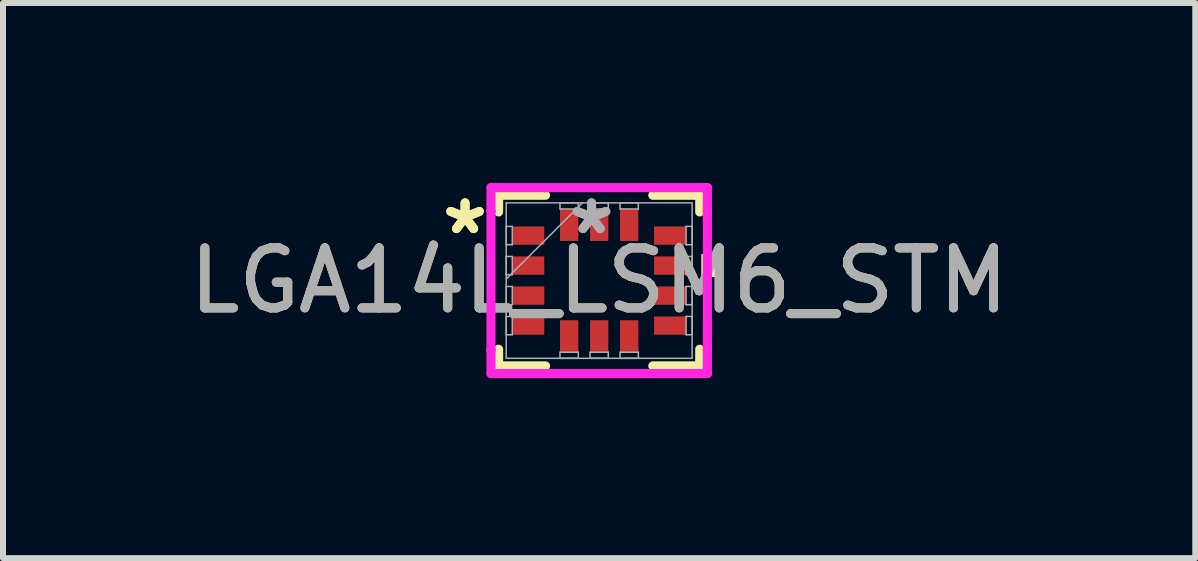
<source format=kicad_pcb>
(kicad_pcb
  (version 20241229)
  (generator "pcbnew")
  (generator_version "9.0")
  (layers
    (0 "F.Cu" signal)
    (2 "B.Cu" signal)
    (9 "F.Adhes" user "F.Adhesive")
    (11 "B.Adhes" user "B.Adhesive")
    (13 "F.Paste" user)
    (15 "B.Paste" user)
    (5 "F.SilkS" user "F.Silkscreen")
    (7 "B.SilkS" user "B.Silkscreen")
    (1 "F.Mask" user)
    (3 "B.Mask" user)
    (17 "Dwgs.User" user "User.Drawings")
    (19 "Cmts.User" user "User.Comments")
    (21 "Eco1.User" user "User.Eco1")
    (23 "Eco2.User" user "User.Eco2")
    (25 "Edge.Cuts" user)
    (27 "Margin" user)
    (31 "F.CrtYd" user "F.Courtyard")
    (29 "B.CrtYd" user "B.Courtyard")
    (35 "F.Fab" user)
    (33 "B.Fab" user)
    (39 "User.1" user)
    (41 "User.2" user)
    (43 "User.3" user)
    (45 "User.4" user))
  (footprint "LGA14L_LSM6_STM"
    (layer "F.Cu")
    (at 6.935 1.626)
    (property "Reference" "LGA14L_LSM6_STM" (at 0 0 0) (unlocked yes) (layer "F.SilkS") (effects (font (size 1 1) (thickness 0.15))))
    (attr smd)
    (fp_line (start -1.676 -1.422) (end -1.676 -1.144) (stroke (width 0.152) (type solid)) (layer "F.SilkS"))
    (fp_line (start -1.676 1.144) (end -1.676 1.422) (stroke (width 0.152) (type solid)) (layer "F.SilkS"))
    (fp_line (start -1.676 1.422) (end -0.894 1.422) (stroke (width 0.152) (type solid)) (layer "F.SilkS"))
    (fp_line (start -0.894 -1.422) (end -1.676 -1.422) (stroke (width 0.152) (type solid)) (layer "F.SilkS"))
    (fp_line (start 0.894 1.422) (end 1.676 1.422) (stroke (width 0.152) (type solid)) (layer "F.SilkS"))
    (fp_line (start 1.676 -1.422) (end 0.894 -1.422) (stroke (width 0.152) (type solid)) (layer "F.SilkS"))
    (fp_line (start 1.676 -1.144) (end 1.676 -1.422) (stroke (width 0.152) (type solid)) (layer "F.SilkS"))
    (fp_line (start 1.676 1.422) (end 1.676 1.144) (stroke (width 0.152) (type solid)) (layer "F.SilkS"))
    (fp_poly (pts (xy 1.956 -0.441) (xy 1.956 -0.06) (xy 1.702 -0.06) (xy 1.702 -0.441)) (stroke (width 0) (type solid)) (fill yes) (layer "F.SilkS"))
    (fp_line (start -1.803 -1.549) (end -0.907 -1.549) (stroke (width 0.152) (type solid)) (layer "F.CrtYd"))
    (fp_line (start -1.803 -1.157) (end -1.803 -1.549) (stroke (width 0.152) (type solid)) (layer "F.CrtYd"))
    (fp_line (start -1.803 -1.157) (end -1.803 -1.157) (stroke (width 0.152) (type solid)) (layer "F.CrtYd"))
    (fp_line (start -1.803 1.157) (end -1.803 -1.157) (stroke (width 0.152) (type solid)) (layer "F.CrtYd"))
    (fp_line (start -1.803 1.157) (end -1.803 1.157) (stroke (width 0.152) (type solid)) (layer "F.CrtYd"))
    (fp_line (start -1.803 1.549) (end -1.803 1.157) (stroke (width 0.152) (type solid)) (layer "F.CrtYd"))
    (fp_line (start -0.907 -1.549) (end -0.907 -1.549) (stroke (width 0.152) (type solid)) (layer "F.CrtYd"))
    (fp_line (start -0.907 -1.549) (end 0.907 -1.549) (stroke (width 0.152) (type solid)) (layer "F.CrtYd"))
    (fp_line (start -0.907 1.549) (end -1.803 1.549) (stroke (width 0.152) (type solid)) (layer "F.CrtYd"))
    (fp_line (start -0.907 1.549) (end -0.907 1.549) (stroke (width 0.152) (type solid)) (layer "F.CrtYd"))
    (fp_line (start 0.907 -1.549) (end 0.907 -1.549) (stroke (width 0.152) (type solid)) (layer "F.CrtYd"))
    (fp_line (start 0.907 -1.549) (end 1.803 -1.549) (stroke (width 0.152) (type solid)) (layer "F.CrtYd"))
    (fp_line (start 0.907 1.549) (end -0.907 1.549) (stroke (width 0.152) (type solid)) (layer "F.CrtYd"))
    (fp_line (start 0.907 1.549) (end 0.907 1.549) (stroke (width 0.152) (type solid)) (layer "F.CrtYd"))
    (fp_line (start 1.803 -1.549) (end 1.803 -1.157) (stroke (width 0.152) (type solid)) (layer "F.CrtYd"))
    (fp_line (start 1.803 -1.157) (end 1.803 -1.157) (stroke (width 0.152) (type solid)) (layer "F.CrtYd"))
    (fp_line (start 1.803 -1.157) (end 1.803 1.157) (stroke (width 0.152) (type solid)) (layer "F.CrtYd"))
    (fp_line (start 1.803 1.157) (end 1.803 1.157) (stroke (width 0.152) (type solid)) (layer "F.CrtYd"))
    (fp_line (start 1.803 1.157) (end 1.803 1.549) (stroke (width 0.152) (type solid)) (layer "F.CrtYd"))
    (fp_line (start 1.803 1.549) (end 0.907 1.549) (stroke (width 0.152) (type solid)) (layer "F.CrtYd"))
    (fp_line (start -1.549 -1.295) (end -1.549 1.295) (stroke (width 0.025) (type solid)) (layer "F.Fab"))
    (fp_line (start -1.549 -0.903) (end -1.448 -0.903) (stroke (width 0.025) (type solid)) (layer "F.Fab"))
    (fp_line (start -1.549 -0.598) (end -1.549 -0.903) (stroke (width 0.025) (type solid)) (layer "F.Fab"))
    (fp_line (start -1.549 -0.402) (end -1.448 -0.402) (stroke (width 0.025) (type solid)) (layer "F.Fab"))
    (fp_line (start -1.549 -0.098) (end -1.549 -0.402) (stroke (width 0.025) (type solid)) (layer "F.Fab"))
    (fp_line (start -1.549 -0.025) (end -0.279 -1.295) (stroke (width 0.025) (type solid)) (layer "F.Fab"))
    (fp_line (start -1.549 0.098) (end -1.448 0.098) (stroke (width 0.025) (type solid)) (layer "F.Fab"))
    (fp_line (start -1.549 0.402) (end -1.549 0.098) (stroke (width 0.025) (type solid)) (layer "F.Fab"))
    (fp_line (start -1.549 0.598) (end -1.448 0.598) (stroke (width 0.025) (type solid)) (layer "F.Fab"))
    (fp_line (start -1.549 0.903) (end -1.549 0.598) (stroke (width 0.025) (type solid)) (layer "F.Fab"))
    (fp_line (start -1.549 1.295) (end 1.549 1.295) (stroke (width 0.025) (type solid)) (layer "F.Fab"))
    (fp_line (start -1.448 -0.903) (end -1.448 -0.598) (stroke (width 0.025) (type solid)) (layer "F.Fab"))
    (fp_line (start -1.448 -0.598) (end -1.549 -0.598) (stroke (width 0.025) (type solid)) (layer "F.Fab"))
    (fp_line (start -1.448 -0.402) (end -1.448 -0.098) (stroke (width 0.025) (type solid)) (layer "F.Fab"))
    (fp_line (start -1.448 -0.098) (end -1.549 -0.098) (stroke (width 0.025) (type solid)) (layer "F.Fab"))
    (fp_line (start -1.448 0.098) (end -1.448 0.402) (stroke (width 0.025) (type solid)) (layer "F.Fab"))
    (fp_line (start -1.448 0.402) (end -1.549 0.402) (stroke (width 0.025) (type solid)) (layer "F.Fab"))
    (fp_line (start -1.448 0.598) (end -1.448 0.903) (stroke (width 0.025) (type solid)) (layer "F.Fab"))
    (fp_line (start -1.448 0.903) (end -1.549 0.903) (stroke (width 0.025) (type solid)) (layer "F.Fab"))
    (fp_line (start -0.653 -1.295) (end -0.348 -1.295) (stroke (width 0.025) (type solid)) (layer "F.Fab"))
    (fp_line (start -0.653 -1.194) (end -0.653 -1.295) (stroke (width 0.025) (type solid)) (layer "F.Fab"))
    (fp_line (start -0.653 1.194) (end -0.348 1.194) (stroke (width 0.025) (type solid)) (layer "F.Fab"))
    (fp_line (start -0.653 1.295) (end -0.653 1.194) (stroke (width 0.025) (type solid)) (layer "F.Fab"))
    (fp_line (start -0.348 -1.295) (end -0.348 -1.194) (stroke (width 0.025) (type solid)) (layer "F.Fab"))
    (fp_line (start -0.348 -1.194) (end -0.653 -1.194) (stroke (width 0.025) (type solid)) (layer "F.Fab"))
    (fp_line (start -0.348 1.194) (end -0.348 1.295) (stroke (width 0.025) (type solid)) (layer "F.Fab"))
    (fp_line (start -0.348 1.295) (end -0.653 1.295) (stroke (width 0.025) (type solid)) (layer "F.Fab"))
    (fp_line (start -0.152 -1.295) (end 0.152 -1.295) (stroke (width 0.025) (type solid)) (layer "F.Fab"))
    (fp_line (start -0.152 -1.194) (end -0.152 -1.295) (stroke (width 0.025) (type solid)) (layer "F.Fab"))
    (fp_line (start -0.152 1.194) (end 0.152 1.194) (stroke (width 0.025) (type solid)) (layer "F.Fab"))
    (fp_line (start -0.152 1.295) (end -0.152 1.194) (stroke (width 0.025) (type solid)) (layer "F.Fab"))
    (fp_line (start 0.152 -1.295) (end 0.152 -1.194) (stroke (width 0.025) (type solid)) (layer "F.Fab"))
    (fp_line (start 0.152 -1.194) (end -0.152 -1.194) (stroke (width 0.025) (type solid)) (layer "F.Fab"))
    (fp_line (start 0.152 1.194) (end 0.152 1.295) (stroke (width 0.025) (type solid)) (layer "F.Fab"))
    (fp_line (start 0.152 1.295) (end -0.152 1.295) (stroke (width 0.025) (type solid)) (layer "F.Fab"))
    (fp_line (start 0.348 -1.295) (end 0.653 -1.295) (stroke (width 0.025) (type solid)) (layer "F.Fab"))
    (fp_line (start 0.348 -1.194) (end 0.348 -1.295) (stroke (width 0.025) (type solid)) (layer "F.Fab"))
    (fp_line (start 0.348 1.194) (end 0.653 1.194) (stroke (width 0.025) (type solid)) (layer "F.Fab"))
    (fp_line (start 0.348 1.295) (end 0.348 1.194) (stroke (width 0.025) (type solid)) (layer "F.Fab"))
    (fp_line (start 0.653 -1.295) (end 0.653 -1.194) (stroke (width 0.025) (type solid)) (layer "F.Fab"))
    (fp_line (start 0.653 -1.194) (end 0.348 -1.194) (stroke (width 0.025) (type solid)) (layer "F.Fab"))
    (fp_line (start 0.653 1.194) (end 0.653 1.295) (stroke (width 0.025) (type solid)) (layer "F.Fab"))
    (fp_line (start 0.653 1.295) (end 0.348 1.295) (stroke (width 0.025) (type solid)) (layer "F.Fab"))
    (fp_line (start 1.448 -0.903) (end 1.549 -0.903) (stroke (width 0.025) (type solid)) (layer "F.Fab"))
    (fp_line (start 1.448 -0.598) (end 1.448 -0.903) (stroke (width 0.025) (type solid)) (layer "F.Fab"))
    (fp_line (start 1.448 -0.402) (end 1.549 -0.402) (stroke (width 0.025) (type solid)) (layer "F.Fab"))
    (fp_line (start 1.448 -0.098) (end 1.448 -0.402) (stroke (width 0.025) (type solid)) (layer "F.Fab"))
    (fp_line (start 1.448 0.098) (end 1.549 0.098) (stroke (width 0.025) (type solid)) (layer "F.Fab"))
    (fp_line (start 1.448 0.402) (end 1.448 0.098) (stroke (width 0.025) (type solid)) (layer "F.Fab"))
    (fp_line (start 1.448 0.598) (end 1.549 0.598) (stroke (width 0.025) (type solid)) (layer "F.Fab"))
    (fp_line (start 1.448 0.903) (end 1.448 0.598) (stroke (width 0.025) (type solid)) (layer "F.Fab"))
    (fp_line (start 1.549 -1.295) (end -1.549 -1.295) (stroke (width 0.025) (type solid)) (layer "F.Fab"))
    (fp_line (start 1.549 -0.903) (end 1.549 -0.598) (stroke (width 0.025) (type solid)) (layer "F.Fab"))
    (fp_line (start 1.549 -0.598) (end 1.448 -0.598) (stroke (width 0.025) (type solid)) (layer "F.Fab"))
    (fp_line (start 1.549 -0.402) (end 1.549 -0.098) (stroke (width 0.025) (type solid)) (layer "F.Fab"))
    (fp_line (start 1.549 -0.098) (end 1.448 -0.098) (stroke (width 0.025) (type solid)) (layer "F.Fab"))
    (fp_line (start 1.549 0.098) (end 1.549 0.402) (stroke (width 0.025) (type solid)) (layer "F.Fab"))
    (fp_line (start 1.549 0.402) (end 1.448 0.402) (stroke (width 0.025) (type solid)) (layer "F.Fab"))
    (fp_line (start 1.549 0.598) (end 1.549 0.903) (stroke (width 0.025) (type solid)) (layer "F.Fab"))
    (fp_line (start 1.549 0.903) (end 1.448 0.903) (stroke (width 0.025) (type solid)) (layer "F.Fab"))
    (fp_line (start 1.549 1.295) (end 1.549 -1.295) (stroke (width 0.025) (type solid)) (layer "F.Fab"))
    (fp_text user "*" (at -2.235 -0.75 0) (unlocked yes) (layer "F.SilkS") (effects (font (size 1 1) (thickness 0.15))))
    (fp_text user "*" (at -2.235 -0.75 0) (layer "F.SilkS") (effects (font (size 1 1) (thickness 0.15))))
    (fp_text user "${REFERENCE}" (at 0 0 0) (unlocked yes) (layer "F.Fab") (effects (font (size 1 1) (thickness 0.15))))
    (fp_text user "*" (at -0.127 -0.75 0) (layer "F.Fab") (effects (font (size 1 1) (thickness 0.15))))
    (fp_text user "*" (at -0.127 -0.75 0) (unlocked yes) (layer "F.Fab") (effects (font (size 1 1) (thickness 0.15))))
    (pad "1" smd rect (at -1.181 -0.75 90) (size 0.305 0.533) (layers "F.Cu" "F.Mask" "F.Paste"))
    (pad "2" smd rect (at -1.181 -0.25 90) (size 0.305 0.533) (layers "F.Cu" "F.Mask" "F.Paste"))
    (pad "3" smd rect (at -1.181 0.25 90) (size 0.305 0.533) (layers "F.Cu" "F.Mask" "F.Paste"))
    (pad "4" smd rect (at -1.181 0.75 90) (size 0.305 0.533) (layers "F.Cu" "F.Mask" "F.Paste"))
    (pad "5" smd rect (at -0.5 0.927) (size 0.305 0.533) (layers "F.Cu" "F.Mask" "F.Paste"))
    (pad "6" smd rect (at 0 0.927) (size 0.305 0.533) (layers "F.Cu" "F.Mask" "F.Paste"))
    (pad "7" smd rect (at 0.5 0.927) (size 0.305 0.533) (layers "F.Cu" "F.Mask" "F.Paste"))
    (pad "8" smd rect (at 1.181 0.75 90) (size 0.305 0.533) (layers "F.Cu" "F.Mask" "F.Paste"))
    (pad "9" smd rect (at 1.181 0.25 90) (size 0.305 0.533) (layers "F.Cu" "F.Mask" "F.Paste"))
    (pad "10" smd rect (at 1.181 -0.25 90) (size 0.305 0.533) (layers "F.Cu" "F.Mask" "F.Paste"))
    (pad "11" smd rect (at 1.181 -0.75 90) (size 0.305 0.533) (layers "F.Cu" "F.Mask" "F.Paste"))
    (pad "12" smd rect (at 0.5 -0.927) (size 0.305 0.533) (layers "F.Cu" "F.Mask" "F.Paste"))
    (pad "13" smd rect (at 0 -0.927) (size 0.305 0.533) (layers "F.Cu" "F.Mask" "F.Paste"))
    (pad "14" smd rect (at -0.5 -0.927) (size 0.305 0.533) (layers "F.Cu" "F.Mask" "F.Paste")))
  (gr_rect
    (start -3 -3)
    (end 16.869 6.251)
    (stroke (width 0.1) (type default))
    (fill no)
    (layer "Edge.Cuts")))
</source>
